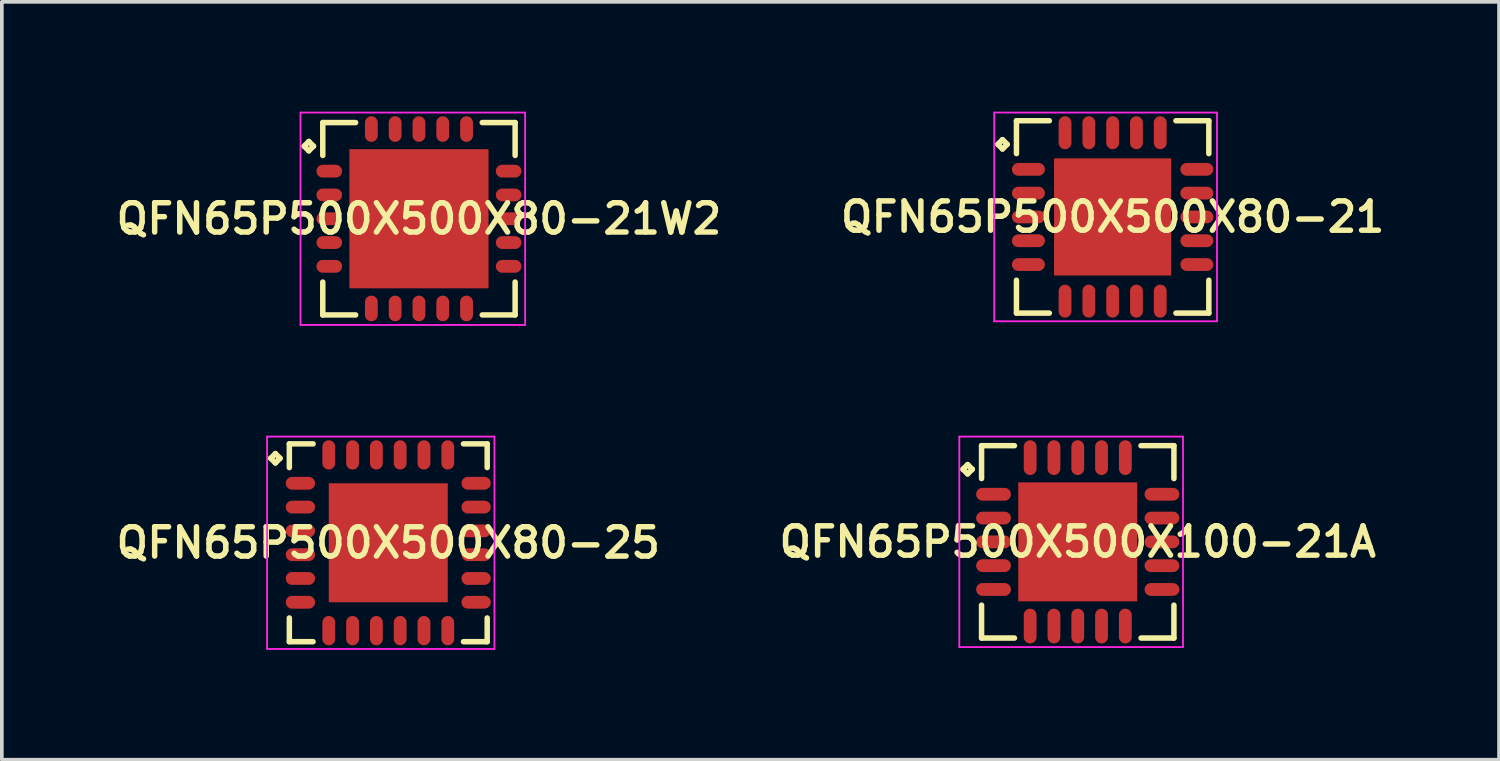
<source format=kicad_pcb>
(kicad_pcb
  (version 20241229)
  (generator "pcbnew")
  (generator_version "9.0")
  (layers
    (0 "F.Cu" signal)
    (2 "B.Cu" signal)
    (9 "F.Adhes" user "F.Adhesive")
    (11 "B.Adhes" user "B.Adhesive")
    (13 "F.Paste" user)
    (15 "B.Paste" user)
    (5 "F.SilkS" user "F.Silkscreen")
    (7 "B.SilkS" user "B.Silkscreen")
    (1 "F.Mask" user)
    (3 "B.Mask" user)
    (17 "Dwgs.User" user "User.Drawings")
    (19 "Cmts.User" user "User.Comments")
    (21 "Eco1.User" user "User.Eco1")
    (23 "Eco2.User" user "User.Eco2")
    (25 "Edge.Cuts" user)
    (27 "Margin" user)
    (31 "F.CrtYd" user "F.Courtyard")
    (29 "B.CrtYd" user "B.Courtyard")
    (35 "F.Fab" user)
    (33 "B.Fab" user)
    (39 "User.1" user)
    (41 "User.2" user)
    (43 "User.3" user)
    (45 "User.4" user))
  (footprint "QFN65P500X500X80-25"
    (layer "F.Cu")
    (at 7.555 11.775)
    (property "Reference" "QFN65P500X500X80-25" (at 0 0 0) (layer "F.SilkS") (effects (font (size 0.8 0.8) (thickness 0.15))))
    (attr smd)
    (fp_line (start -3.21 -2.308) (end -3.083 -2.435) (stroke (width 0.15) (type solid)) (layer "F.SilkS"))
    (fp_line (start -3.083 -2.435) (end -2.956 -2.308) (stroke (width 0.15) (type solid)) (layer "F.SilkS"))
    (fp_line (start -3.083 -2.181) (end -3.21 -2.308) (stroke (width 0.15) (type solid)) (layer "F.SilkS"))
    (fp_line (start -2.956 -2.308) (end -3.083 -2.181) (stroke (width 0.15) (type solid)) (layer "F.SilkS"))
    (fp_line (start -2.702 -2.702) (end -2.054 -2.702) (stroke (width 0.15) (type solid)) (layer "F.SilkS"))
    (fp_line (start -2.702 -2.054) (end -2.702 -2.702) (stroke (width 0.15) (type solid)) (layer "F.SilkS"))
    (fp_line (start -2.702 2.054) (end -2.702 2.702) (stroke (width 0.15) (type solid)) (layer "F.SilkS"))
    (fp_line (start -2.702 2.702) (end -2.054 2.702) (stroke (width 0.15) (type solid)) (layer "F.SilkS"))
    (fp_line (start 2.054 -2.702) (end 2.702 -2.702) (stroke (width 0.15) (type solid)) (layer "F.SilkS"))
    (fp_line (start 2.054 2.702) (end 2.702 2.702) (stroke (width 0.15) (type solid)) (layer "F.SilkS"))
    (fp_line (start 2.702 -2.702) (end 2.702 -2.054) (stroke (width 0.15) (type solid)) (layer "F.SilkS"))
    (fp_line (start 2.702 2.702) (end 2.702 2.054) (stroke (width 0.15) (type solid)) (layer "F.SilkS"))
    (fp_line (start -3.31 -2.9) (end 2.9 -2.9) (stroke (width 0.05) (type solid)) (layer "F.CrtYd"))
    (fp_line (start -3.31 2.9) (end -3.31 -2.9) (stroke (width 0.05) (type solid)) (layer "F.CrtYd"))
    (fp_line (start 2.9 -2.9) (end 2.9 2.9) (stroke (width 0.05) (type solid)) (layer "F.CrtYd"))
    (fp_line (start 2.9 2.9) (end -3.31 2.9) (stroke (width 0.05) (type solid)) (layer "F.CrtYd"))
    (pad "1" smd oval (at -2.4 -1.625) (size 0.8 0.35) (layers "F.Cu" "F.Mask" "F.Paste"))
    (pad "2" smd oval (at -2.4 -0.975) (size 0.8 0.35) (layers "F.Cu" "F.Mask" "F.Paste"))
    (pad "3" smd oval (at -2.4 -0.325) (size 0.8 0.35) (layers "F.Cu" "F.Mask" "F.Paste"))
    (pad "4" smd oval (at -2.4 0.325) (size 0.8 0.35) (layers "F.Cu" "F.Mask" "F.Paste"))
    (pad "5" smd oval (at -2.4 0.975) (size 0.8 0.35) (layers "F.Cu" "F.Mask" "F.Paste"))
    (pad "6" smd oval (at -2.4 1.625) (size 0.8 0.35) (layers "F.Cu" "F.Mask" "F.Paste"))
    (pad "7" smd oval (at -1.625 2.4) (size 0.35 0.8) (layers "F.Cu" "F.Mask" "F.Paste"))
    (pad "8" smd oval (at -0.975 2.4) (size 0.35 0.8) (layers "F.Cu" "F.Mask" "F.Paste"))
    (pad "9" smd oval (at -0.325 2.4) (size 0.35 0.8) (layers "F.Cu" "F.Mask" "F.Paste"))
    (pad "10" smd oval (at 0.325 2.4) (size 0.35 0.8) (layers "F.Cu" "F.Mask" "F.Paste"))
    (pad "11" smd oval (at 0.975 2.4) (size 0.35 0.8) (layers "F.Cu" "F.Mask" "F.Paste"))
    (pad "12" smd oval (at 1.625 2.4) (size 0.35 0.8) (layers "F.Cu" "F.Mask" "F.Paste"))
    (pad "13" smd oval (at 2.4 1.625) (size 0.8 0.35) (layers "F.Cu" "F.Mask" "F.Paste"))
    (pad "14" smd oval (at 2.4 0.975) (size 0.8 0.35) (layers "F.Cu" "F.Mask" "F.Paste"))
    (pad "15" smd oval (at 2.4 0.325) (size 0.8 0.35) (layers "F.Cu" "F.Mask" "F.Paste"))
    (pad "16" smd oval (at 2.4 -0.325) (size 0.8 0.35) (layers "F.Cu" "F.Mask" "F.Paste"))
    (pad "17" smd oval (at 2.4 -0.975) (size 0.8 0.35) (layers "F.Cu" "F.Mask" "F.Paste"))
    (pad "18" smd oval (at 2.4 -1.625) (size 0.8 0.35) (layers "F.Cu" "F.Mask" "F.Paste"))
    (pad "19" smd oval (at 1.625 -2.4) (size 0.35 0.8) (layers "F.Cu" "F.Mask" "F.Paste"))
    (pad "20" smd oval (at 0.975 -2.4) (size 0.35 0.8) (layers "F.Cu" "F.Mask" "F.Paste"))
    (pad "21" smd oval (at 0.325 -2.4) (size 0.35 0.8) (layers "F.Cu" "F.Mask" "F.Paste"))
    (pad "22" smd oval (at -0.325 -2.4) (size 0.35 0.8) (layers "F.Cu" "F.Mask" "F.Paste"))
    (pad "23" smd oval (at -0.975 -2.4) (size 0.35 0.8) (layers "F.Cu" "F.Mask" "F.Paste"))
    (pad "24" smd oval (at -1.625 -2.4) (size 0.35 0.8) (layers "F.Cu" "F.Mask" "F.Paste"))
    (pad "25" smd rect (at 0 0) (size 3.25 3.25) (layers "F.Cu" "F.Mask" "F.Paste")))
  (footprint "QFN65P500X500X80-21"
    (layer "F.Cu")
    (at 27.34 2.875)
    (property "Reference" "QFN65P500X500X80-21" (at 0 0 0) (layer "F.SilkS") (effects (font (size 0.8 0.8) (thickness 0.15))))
    (attr smd)
    (fp_line (start -3.135 -1.983) (end -3.008 -2.11) (stroke (width 0.15) (type solid)) (layer "F.SilkS"))
    (fp_line (start -3.008 -2.11) (end -2.881 -1.983) (stroke (width 0.15) (type solid)) (layer "F.SilkS"))
    (fp_line (start -3.008 -1.856) (end -3.135 -1.983) (stroke (width 0.15) (type solid)) (layer "F.SilkS"))
    (fp_line (start -2.881 -1.983) (end -3.008 -1.856) (stroke (width 0.15) (type solid)) (layer "F.SilkS"))
    (fp_line (start -2.627 -2.627) (end -1.729 -2.627) (stroke (width 0.15) (type solid)) (layer "F.SilkS"))
    (fp_line (start -2.627 -1.729) (end -2.627 -2.627) (stroke (width 0.15) (type solid)) (layer "F.SilkS"))
    (fp_line (start -2.627 1.729) (end -2.627 2.627) (stroke (width 0.15) (type solid)) (layer "F.SilkS"))
    (fp_line (start -2.627 2.627) (end -1.729 2.627) (stroke (width 0.15) (type solid)) (layer "F.SilkS"))
    (fp_line (start 1.729 -2.627) (end 2.627 -2.627) (stroke (width 0.15) (type solid)) (layer "F.SilkS"))
    (fp_line (start 1.729 2.627) (end 2.627 2.627) (stroke (width 0.15) (type solid)) (layer "F.SilkS"))
    (fp_line (start 2.627 -2.627) (end 2.627 -1.729) (stroke (width 0.15) (type solid)) (layer "F.SilkS"))
    (fp_line (start 2.627 2.627) (end 2.627 1.729) (stroke (width 0.15) (type solid)) (layer "F.SilkS"))
    (fp_line (start -3.235 -2.85) (end 2.85 -2.85) (stroke (width 0.05) (type solid)) (layer "F.CrtYd"))
    (fp_line (start -3.235 2.85) (end -3.235 -2.85) (stroke (width 0.05) (type solid)) (layer "F.CrtYd"))
    (fp_line (start 2.85 -2.85) (end 2.85 2.85) (stroke (width 0.05) (type solid)) (layer "F.CrtYd"))
    (fp_line (start 2.85 2.85) (end -3.235 2.85) (stroke (width 0.05) (type solid)) (layer "F.CrtYd"))
    (pad "1" smd oval (at -2.3 -1.3) (size 0.9 0.35) (layers "F.Cu" "F.Mask" "F.Paste"))
    (pad "2" smd oval (at -2.3 -0.65) (size 0.9 0.35) (layers "F.Cu" "F.Mask" "F.Paste"))
    (pad "3" smd oval (at -2.3 0) (size 0.9 0.35) (layers "F.Cu" "F.Mask" "F.Paste"))
    (pad "4" smd oval (at -2.3 0.65) (size 0.9 0.35) (layers "F.Cu" "F.Mask" "F.Paste"))
    (pad "5" smd oval (at -2.3 1.3) (size 0.9 0.35) (layers "F.Cu" "F.Mask" "F.Paste"))
    (pad "6" smd oval (at -1.3 2.3) (size 0.35 0.9) (layers "F.Cu" "F.Mask" "F.Paste"))
    (pad "7" smd oval (at -0.65 2.3) (size 0.35 0.9) (layers "F.Cu" "F.Mask" "F.Paste"))
    (pad "8" smd oval (at 0 2.3) (size 0.35 0.9) (layers "F.Cu" "F.Mask" "F.Paste"))
    (pad "9" smd oval (at 0.65 2.3) (size 0.35 0.9) (layers "F.Cu" "F.Mask" "F.Paste"))
    (pad "10" smd oval (at 1.3 2.3) (size 0.35 0.9) (layers "F.Cu" "F.Mask" "F.Paste"))
    (pad "11" smd oval (at 2.3 1.3) (size 0.9 0.35) (layers "F.Cu" "F.Mask" "F.Paste"))
    (pad "12" smd oval (at 2.3 0.65) (size 0.9 0.35) (layers "F.Cu" "F.Mask" "F.Paste"))
    (pad "13" smd oval (at 2.3 0) (size 0.9 0.35) (layers "F.Cu" "F.Mask" "F.Paste"))
    (pad "14" smd oval (at 2.3 -0.65) (size 0.9 0.35) (layers "F.Cu" "F.Mask" "F.Paste"))
    (pad "15" smd oval (at 2.3 -1.3) (size 0.9 0.35) (layers "F.Cu" "F.Mask" "F.Paste"))
    (pad "16" smd oval (at 1.3 -2.3) (size 0.35 0.9) (layers "F.Cu" "F.Mask" "F.Paste"))
    (pad "17" smd oval (at 0.65 -2.3) (size 0.35 0.9) (layers "F.Cu" "F.Mask" "F.Paste"))
    (pad "18" smd oval (at 0 -2.3) (size 0.35 0.9) (layers "F.Cu" "F.Mask" "F.Paste"))
    (pad "19" smd oval (at -0.65 -2.3) (size 0.35 0.9) (layers "F.Cu" "F.Mask" "F.Paste"))
    (pad "20" smd oval (at -1.3 -2.3) (size 0.35 0.9) (layers "F.Cu" "F.Mask" "F.Paste"))
    (pad "21" smd rect (at 0 0) (size 3.2 3.2) (layers "F.Cu" "F.Mask" "F.Paste")))
  (footprint "QFN65P500X500X80-21W2"
    (layer "F.Cu")
    (at 8.393 2.925)
    (property "Reference" "QFN65P500X500X80-21W2" (at 0 0 0) (layer "F.SilkS") (effects (font (size 0.8 0.8) (thickness 0.15))))
    (attr smd)
    (fp_line (start -3.135 -1.983) (end -3.008 -2.11) (stroke (width 0.15) (type solid)) (layer "F.SilkS"))
    (fp_line (start -3.008 -2.11) (end -2.881 -1.983) (stroke (width 0.15) (type solid)) (layer "F.SilkS"))
    (fp_line (start -3.008 -1.856) (end -3.135 -1.983) (stroke (width 0.15) (type solid)) (layer "F.SilkS"))
    (fp_line (start -2.881 -1.983) (end -3.008 -1.856) (stroke (width 0.15) (type solid)) (layer "F.SilkS"))
    (fp_line (start -2.627 -2.627) (end -1.729 -2.627) (stroke (width 0.15) (type solid)) (layer "F.SilkS"))
    (fp_line (start -2.627 -1.729) (end -2.627 -2.627) (stroke (width 0.15) (type solid)) (layer "F.SilkS"))
    (fp_line (start -2.627 1.729) (end -2.627 2.627) (stroke (width 0.15) (type solid)) (layer "F.SilkS"))
    (fp_line (start -2.627 2.627) (end -1.729 2.627) (stroke (width 0.15) (type solid)) (layer "F.SilkS"))
    (fp_line (start 1.729 -2.627) (end 2.627 -2.627) (stroke (width 0.15) (type solid)) (layer "F.SilkS"))
    (fp_line (start 1.729 2.627) (end 2.627 2.627) (stroke (width 0.15) (type solid)) (layer "F.SilkS"))
    (fp_line (start 2.627 -2.627) (end 2.627 -1.729) (stroke (width 0.15) (type solid)) (layer "F.SilkS"))
    (fp_line (start 2.627 2.627) (end 2.627 1.729) (stroke (width 0.15) (type solid)) (layer "F.SilkS"))
    (fp_line (start -3.235 -2.9) (end 2.9 -2.9) (stroke (width 0.05) (type solid)) (layer "F.CrtYd"))
    (fp_line (start -3.235 2.9) (end -3.235 -2.9) (stroke (width 0.05) (type solid)) (layer "F.CrtYd"))
    (fp_line (start 2.9 -2.9) (end 2.9 2.9) (stroke (width 0.05) (type solid)) (layer "F.CrtYd"))
    (fp_line (start 2.9 2.9) (end -3.235 2.9) (stroke (width 0.05) (type solid)) (layer "F.CrtYd"))
    (pad "1" smd oval (at -2.45 -1.3) (size 0.7 0.35) (layers "F.Cu" "F.Mask" "F.Paste"))
    (pad "2" smd oval (at -2.45 -0.65) (size 0.7 0.35) (layers "F.Cu" "F.Mask" "F.Paste"))
    (pad "3" smd oval (at -2.45 0) (size 0.7 0.35) (layers "F.Cu" "F.Mask" "F.Paste"))
    (pad "4" smd oval (at -2.45 0.65) (size 0.7 0.35) (layers "F.Cu" "F.Mask" "F.Paste"))
    (pad "5" smd oval (at -2.45 1.3) (size 0.7 0.35) (layers "F.Cu" "F.Mask" "F.Paste"))
    (pad "6" smd oval (at -1.3 2.45) (size 0.35 0.7) (layers "F.Cu" "F.Mask" "F.Paste"))
    (pad "7" smd oval (at -0.65 2.45) (size 0.35 0.7) (layers "F.Cu" "F.Mask" "F.Paste"))
    (pad "8" smd oval (at 0 2.45) (size 0.35 0.7) (layers "F.Cu" "F.Mask" "F.Paste"))
    (pad "9" smd oval (at 0.65 2.45) (size 0.35 0.7) (layers "F.Cu" "F.Mask" "F.Paste"))
    (pad "10" smd oval (at 1.3 2.45) (size 0.35 0.7) (layers "F.Cu" "F.Mask" "F.Paste"))
    (pad "11" smd oval (at 2.45 1.3) (size 0.7 0.35) (layers "F.Cu" "F.Mask" "F.Paste"))
    (pad "12" smd oval (at 2.45 0.65) (size 0.7 0.35) (layers "F.Cu" "F.Mask" "F.Paste"))
    (pad "13" smd oval (at 2.45 0) (size 0.7 0.35) (layers "F.Cu" "F.Mask" "F.Paste"))
    (pad "14" smd oval (at 2.45 -0.65) (size 0.7 0.35) (layers "F.Cu" "F.Mask" "F.Paste"))
    (pad "15" smd oval (at 2.45 -1.3) (size 0.7 0.35) (layers "F.Cu" "F.Mask" "F.Paste"))
    (pad "16" smd oval (at 1.3 -2.45) (size 0.35 0.7) (layers "F.Cu" "F.Mask" "F.Paste"))
    (pad "17" smd oval (at 0.65 -2.45) (size 0.35 0.7) (layers "F.Cu" "F.Mask" "F.Paste"))
    (pad "18" smd oval (at 0 -2.45) (size 0.35 0.7) (layers "F.Cu" "F.Mask" "F.Paste"))
    (pad "19" smd oval (at -0.65 -2.45) (size 0.35 0.7) (layers "F.Cu" "F.Mask" "F.Paste"))
    (pad "20" smd oval (at -1.3 -2.45) (size 0.35 0.7) (layers "F.Cu" "F.Mask" "F.Paste"))
    (pad "21" smd rect (at 0 0) (size 3.8 3.8) (layers "F.Cu" "F.Mask" "F.Paste")))
  (footprint "QFN65P500X500X100-21A"
    (layer "F.Cu")
    (at 26.387 11.75)
    (property "Reference" "QFN65P500X500X100-21A" (at 0 0 0) (layer "F.SilkS") (effects (font (size 0.8 0.8) (thickness 0.15))))
    (attr smd)
    (fp_line (start -3.135 -1.983) (end -3.008 -2.11) (stroke (width 0.15) (type solid)) (layer "F.SilkS"))
    (fp_line (start -3.008 -2.11) (end -2.881 -1.983) (stroke (width 0.15) (type solid)) (layer "F.SilkS"))
    (fp_line (start -3.008 -1.856) (end -3.135 -1.983) (stroke (width 0.15) (type solid)) (layer "F.SilkS"))
    (fp_line (start -2.881 -1.983) (end -3.008 -1.856) (stroke (width 0.15) (type solid)) (layer "F.SilkS"))
    (fp_line (start -2.627 -2.627) (end -1.729 -2.627) (stroke (width 0.15) (type solid)) (layer "F.SilkS"))
    (fp_line (start -2.627 -1.729) (end -2.627 -2.627) (stroke (width 0.15) (type solid)) (layer "F.SilkS"))
    (fp_line (start -2.627 1.729) (end -2.627 2.627) (stroke (width 0.15) (type solid)) (layer "F.SilkS"))
    (fp_line (start -2.627 2.627) (end -1.729 2.627) (stroke (width 0.15) (type solid)) (layer "F.SilkS"))
    (fp_line (start 1.729 -2.627) (end 2.627 -2.627) (stroke (width 0.15) (type solid)) (layer "F.SilkS"))
    (fp_line (start 1.729 2.627) (end 2.627 2.627) (stroke (width 0.15) (type solid)) (layer "F.SilkS"))
    (fp_line (start 2.627 -2.627) (end 2.627 -1.729) (stroke (width 0.15) (type solid)) (layer "F.SilkS"))
    (fp_line (start 2.627 2.627) (end 2.627 1.729) (stroke (width 0.15) (type solid)) (layer "F.SilkS"))
    (fp_line (start -3.235 -2.875) (end 2.875 -2.875) (stroke (width 0.05) (type solid)) (layer "F.CrtYd"))
    (fp_line (start -3.235 2.875) (end -3.235 -2.875) (stroke (width 0.05) (type solid)) (layer "F.CrtYd"))
    (fp_line (start 2.875 -2.875) (end 2.875 2.875) (stroke (width 0.05) (type solid)) (layer "F.CrtYd"))
    (fp_line (start 2.875 2.875) (end -3.235 2.875) (stroke (width 0.05) (type solid)) (layer "F.CrtYd"))
    (pad "1" smd oval (at -2.3 -1.3) (size 0.95 0.35) (layers "F.Cu" "F.Mask" "F.Paste"))
    (pad "2" smd oval (at -2.3 -0.65) (size 0.95 0.35) (layers "F.Cu" "F.Mask" "F.Paste"))
    (pad "3" smd oval (at -2.3 0) (size 0.95 0.35) (layers "F.Cu" "F.Mask" "F.Paste"))
    (pad "4" smd oval (at -2.3 0.65) (size 0.95 0.35) (layers "F.Cu" "F.Mask" "F.Paste"))
    (pad "5" smd oval (at -2.3 1.3) (size 0.95 0.35) (layers "F.Cu" "F.Mask" "F.Paste"))
    (pad "6" smd oval (at -1.3 2.3) (size 0.35 0.95) (layers "F.Cu" "F.Mask" "F.Paste"))
    (pad "7" smd oval (at -0.65 2.3) (size 0.35 0.95) (layers "F.Cu" "F.Mask" "F.Paste"))
    (pad "8" smd oval (at 0 2.3) (size 0.35 0.95) (layers "F.Cu" "F.Mask" "F.Paste"))
    (pad "9" smd oval (at 0.65 2.3) (size 0.35 0.95) (layers "F.Cu" "F.Mask" "F.Paste"))
    (pad "10" smd oval (at 1.3 2.3) (size 0.35 0.95) (layers "F.Cu" "F.Mask" "F.Paste"))
    (pad "11" smd oval (at 2.3 1.3) (size 0.95 0.35) (layers "F.Cu" "F.Mask" "F.Paste"))
    (pad "12" smd oval (at 2.3 0.65) (size 0.95 0.35) (layers "F.Cu" "F.Mask" "F.Paste"))
    (pad "13" smd oval (at 2.3 0) (size 0.95 0.35) (layers "F.Cu" "F.Mask" "F.Paste"))
    (pad "14" smd oval (at 2.3 -0.65) (size 0.95 0.35) (layers "F.Cu" "F.Mask" "F.Paste"))
    (pad "15" smd oval (at 2.3 -1.3) (size 0.95 0.35) (layers "F.Cu" "F.Mask" "F.Paste"))
    (pad "16" smd oval (at 1.3 -2.3) (size 0.35 0.95) (layers "F.Cu" "F.Mask" "F.Paste"))
    (pad "17" smd oval (at 0.65 -2.3) (size 0.35 0.95) (layers "F.Cu" "F.Mask" "F.Paste"))
    (pad "18" smd oval (at 0 -2.3) (size 0.35 0.95) (layers "F.Cu" "F.Mask" "F.Paste"))
    (pad "19" smd oval (at -0.65 -2.3) (size 0.35 0.95) (layers "F.Cu" "F.Mask" "F.Paste"))
    (pad "20" smd oval (at -1.3 -2.3) (size 0.35 0.95) (layers "F.Cu" "F.Mask" "F.Paste"))
    (pad "21" smd rect (at 0 0) (size 3.25 3.25) (layers "F.Cu" "F.Mask" "F.Paste")))
  (gr_rect
    (start -3 -3)
    (end 37.894 17.7)
    (stroke (width 0.1) (type default))
    (fill no)
    (layer "Edge.Cuts")))
</source>
